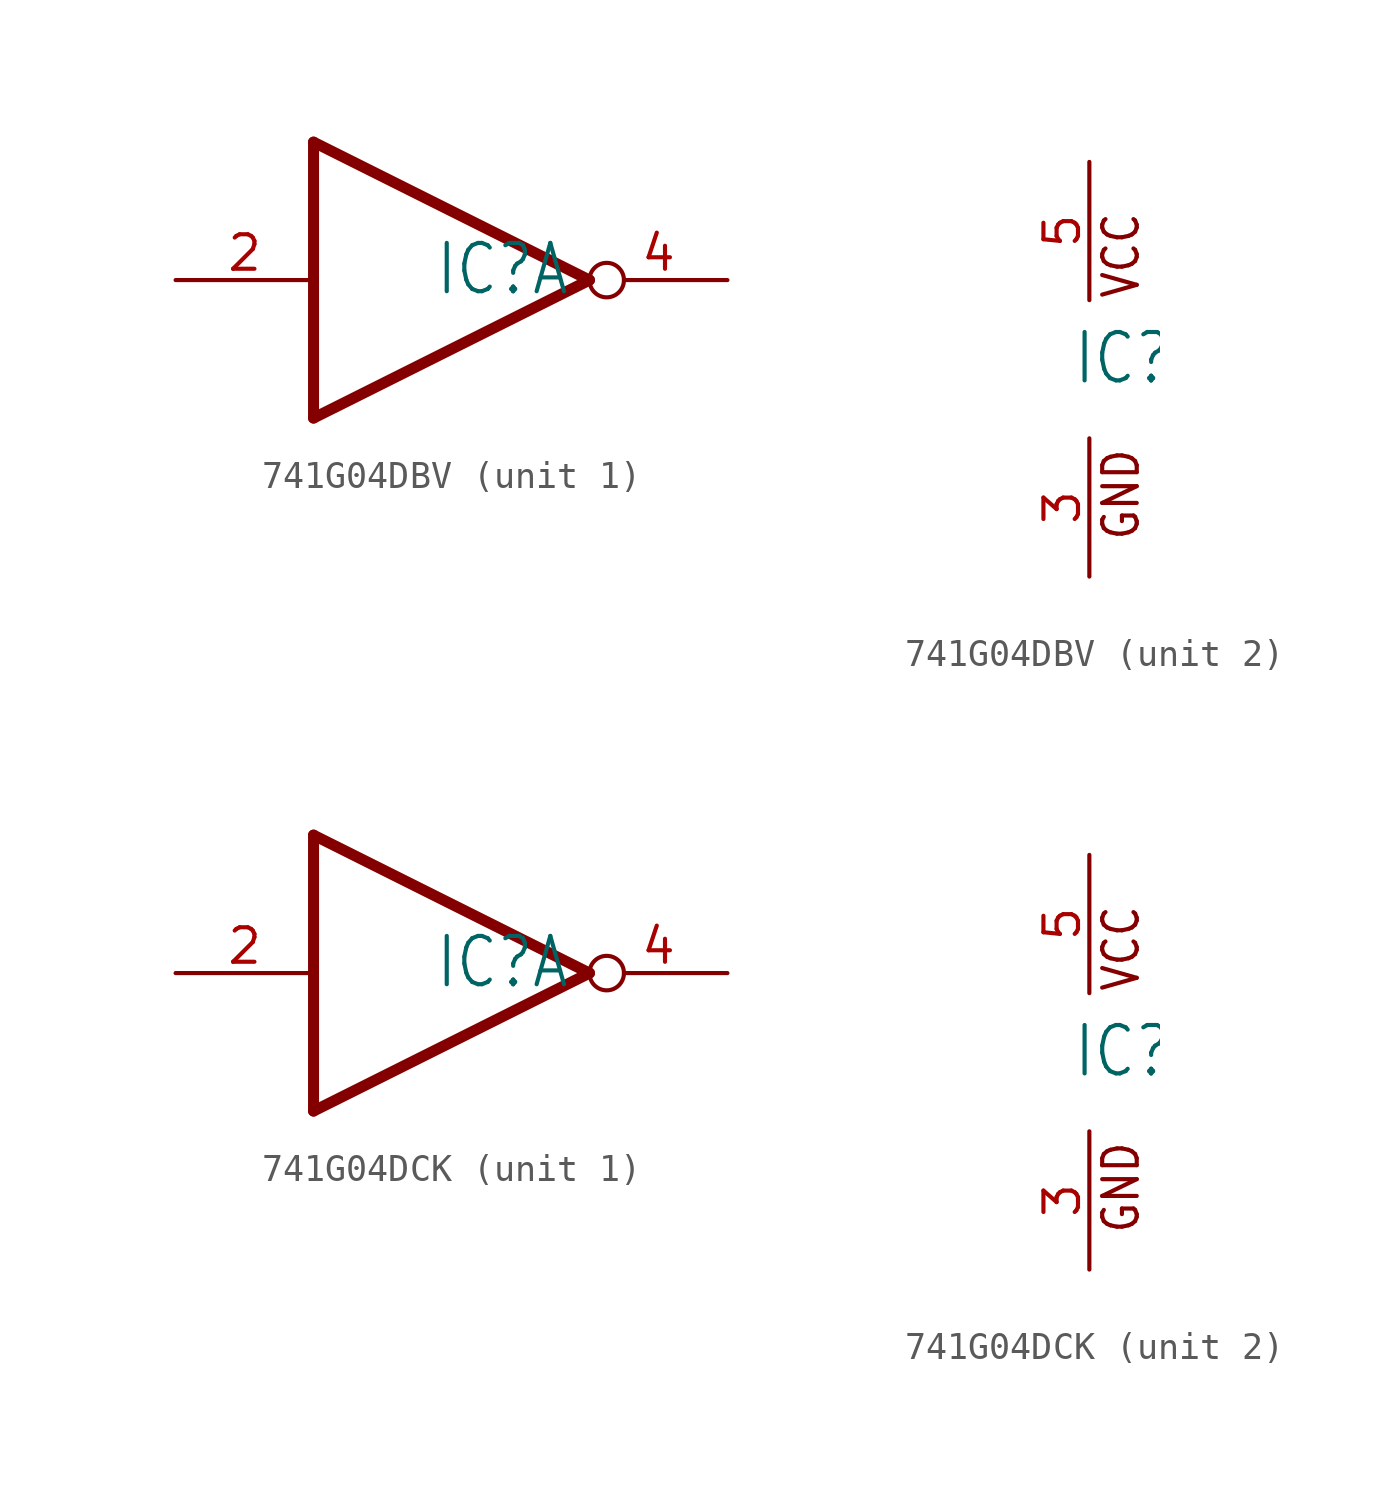
<source format=kicad_sym>
(kicad_symbol_lib
  (version 20231120)
  (generator "kicad_symbol_editor")
  (generator_version "8.0")
  (symbol "741G04DBV"
    (property "Reference" "IC"
      (at -0.635 -0.635 0)
      (effects (font (size 1.778 1.511)) (justify left bottom)))
    (property "ki_locked" ""
      (at 0 0 0)
      (effects (font (size 1.27 1.27))))
    (symbol "741G04DBV_1_0"
      (polyline (pts (xy -5.08 -5.08) (xy -5.08 5.08)) (stroke (width 0.406) (type solid)) (fill (type none)))
      (polyline (pts (xy -5.08 5.08) (xy 5.08 0)) (stroke (width 0.406) (type solid)) (fill (type none)))
      (polyline (pts (xy 5.08 0) (xy -5.08 -5.08)) (stroke (width 0.406) (type solid)) (fill (type none)))
      (pin input line (at -10.16 0 0) (length 5.08) (name "I" (effects (font (size 0 0)))) (number "2" (effects (font (size 1.27 1.27)))))
      (pin output inverted (at 10.16 0 180) (length 5.08) (name "O" (effects (font (size 0 0)))) (number "4" (effects (font (size 1.27 1.27))))))
    (symbol "741G04DBV_2_0"
      (text "GND" (at 1.905 -6.35 900) (effects (font (size 1.27 1.079)) (justify left bottom)))
      (text "VCC" (at 1.905 2.54 900) (effects (font (size 1.27 1.079)) (justify left bottom)))
      (pin power_in line (at 0 -7.62 90) (length 5.08) (name "GND" (effects (font (size 0 0)))) (number "3" (effects (font (size 1.27 1.27)))))
      (pin power_in line (at 0 7.62 270) (length 5.08) (name "VCC" (effects (font (size 0 0)))) (number "5" (effects (font (size 1.27 1.27)))))))
  (symbol "741G04DCK"
    (property "Reference" "IC"
      (at -0.635 -0.635 0)
      (effects (font (size 1.778 1.511)) (justify left bottom)))
    (property "ki_locked" ""
      (at 0 0 0)
      (effects (font (size 1.27 1.27))))
    (symbol "741G04DCK_1_0"
      (polyline (pts (xy -5.08 -5.08) (xy -5.08 5.08)) (stroke (width 0.406) (type solid)) (fill (type none)))
      (polyline (pts (xy -5.08 5.08) (xy 5.08 0)) (stroke (width 0.406) (type solid)) (fill (type none)))
      (polyline (pts (xy 5.08 0) (xy -5.08 -5.08)) (stroke (width 0.406) (type solid)) (fill (type none)))
      (pin input line (at -10.16 0 0) (length 5.08) (name "I" (effects (font (size 0 0)))) (number "2" (effects (font (size 1.27 1.27)))))
      (pin output inverted (at 10.16 0 180) (length 5.08) (name "O" (effects (font (size 0 0)))) (number "4" (effects (font (size 1.27 1.27))))))
    (symbol "741G04DCK_2_0"
      (text "GND" (at 1.905 -6.35 900) (effects (font (size 1.27 1.079)) (justify left bottom)))
      (text "VCC" (at 1.905 2.54 900) (effects (font (size 1.27 1.079)) (justify left bottom)))
      (pin power_in line (at 0 -7.62 90) (length 5.08) (name "GND" (effects (font (size 0 0)))) (number "3" (effects (font (size 1.27 1.27)))))
      (pin power_in line (at 0 7.62 270) (length 5.08) (name "VCC" (effects (font (size 0 0)))) (number "5" (effects (font (size 1.27 1.27))))))))
</source>
